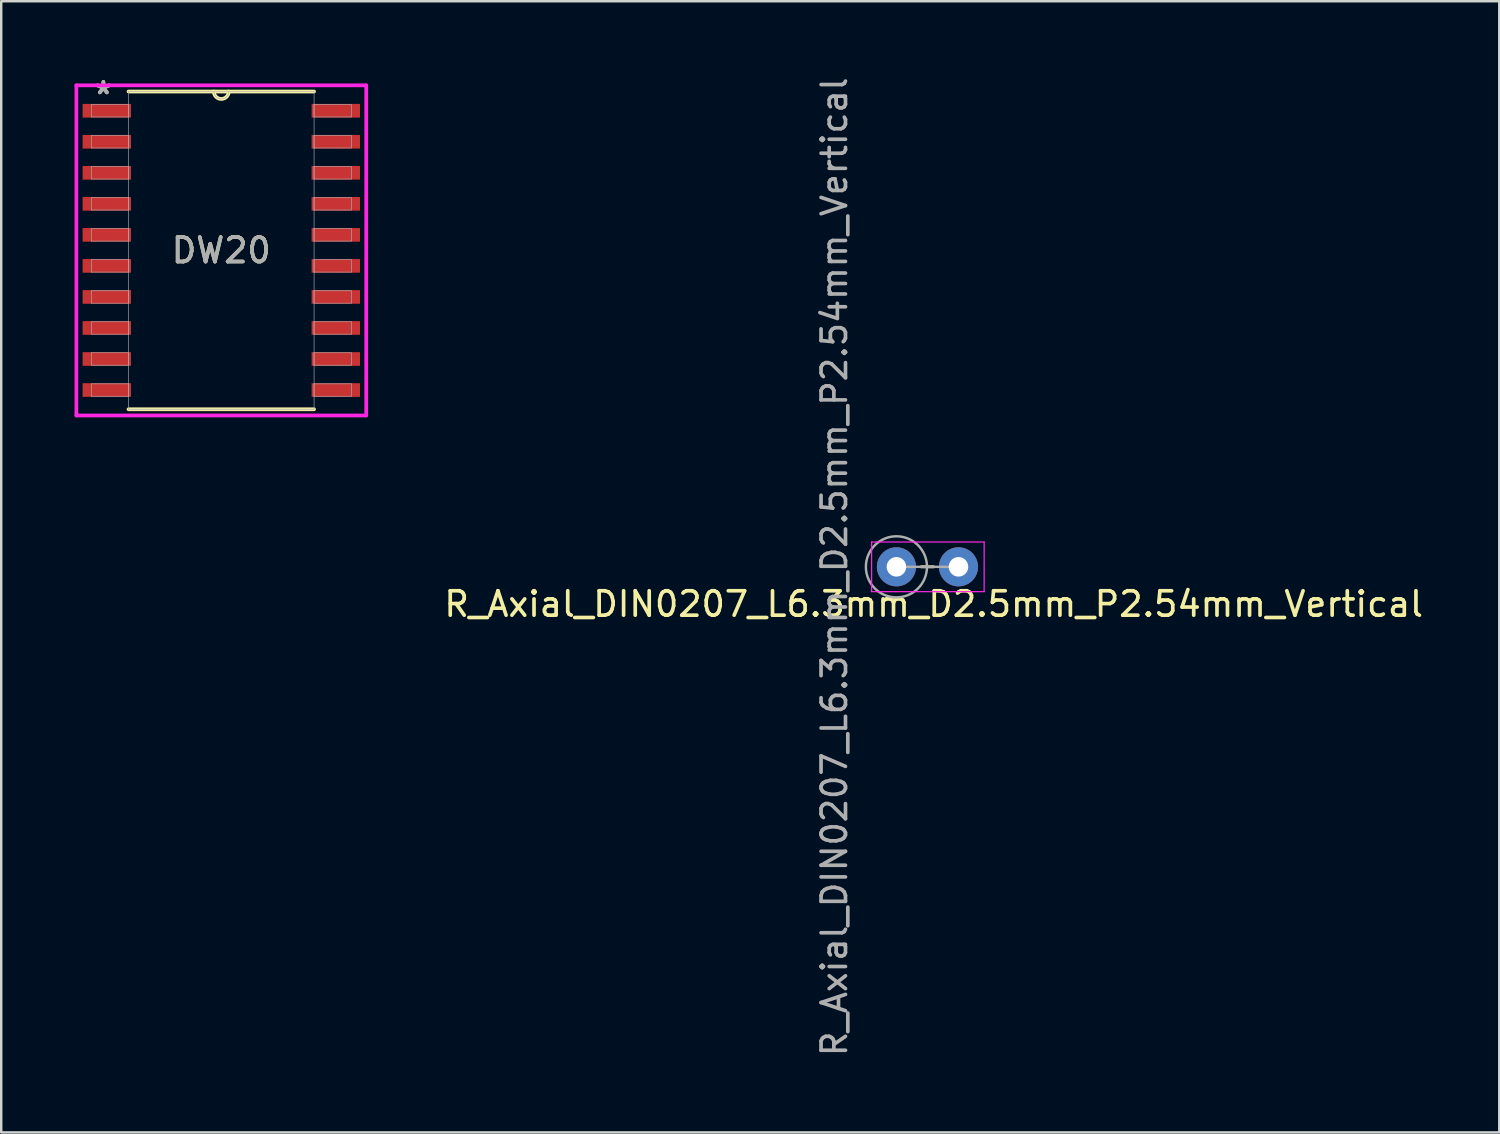
<source format=kicad_pcb>
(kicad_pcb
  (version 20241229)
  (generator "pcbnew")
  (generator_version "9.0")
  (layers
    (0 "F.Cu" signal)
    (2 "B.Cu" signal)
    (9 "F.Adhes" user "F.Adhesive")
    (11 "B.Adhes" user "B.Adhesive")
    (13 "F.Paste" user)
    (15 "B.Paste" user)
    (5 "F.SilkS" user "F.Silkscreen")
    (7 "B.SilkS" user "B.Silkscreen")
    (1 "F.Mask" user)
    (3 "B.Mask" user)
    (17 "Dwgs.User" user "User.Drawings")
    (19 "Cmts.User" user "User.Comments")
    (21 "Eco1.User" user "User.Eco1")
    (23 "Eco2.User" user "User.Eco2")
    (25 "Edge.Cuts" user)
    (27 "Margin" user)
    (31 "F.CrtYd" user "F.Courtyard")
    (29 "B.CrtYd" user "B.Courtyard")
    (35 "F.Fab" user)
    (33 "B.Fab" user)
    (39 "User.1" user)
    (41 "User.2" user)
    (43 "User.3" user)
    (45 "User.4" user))
  (footprint "R_Axial_DIN0207_L6.3mm_D2.5mm_P2.54mm_Vertical"
    (layer "F.Cu")
    (at 33.639 20.149)
    (property "Reference" "R_Axial_DIN0207_L6.3mm_D2.5mm_P2.54mm_Vertical" (at 1.524 1.524 180) (layer "F.SilkS") (effects (font (size 1 1) (thickness 0.15))))
    (attr through_hole)
    (fp_line (start 1.016 0) (end 1.524 0) (stroke (width 0.12) (type solid)) (layer "F.SilkS"))
    (fp_line (start -1.016 -1.016) (end -1.016 1.016) (stroke (width 0.05) (type solid)) (layer "F.CrtYd"))
    (fp_line (start -1.016 1.016) (end 3.59 1.016) (stroke (width 0.05) (type solid)) (layer "F.CrtYd"))
    (fp_line (start 3.59 -1.016) (end -1.016 -1.016) (stroke (width 0.05) (type solid)) (layer "F.CrtYd"))
    (fp_line (start 3.59 1.016) (end 3.59 -1.016) (stroke (width 0.05) (type solid)) (layer "F.CrtYd"))
    (fp_line (start 0 0) (end 2.54 0) (stroke (width 0.1) (type solid)) (layer "F.Fab"))
    (fp_circle (center 0 0) (end 1.25 0) (stroke (width 0.1) (type solid)) (fill no) (layer "F.Fab"))
    (fp_text user "${REFERENCE}" (at -2.54 0 90) (layer "F.Fab") (effects (font (size 1 1) (thickness 0.15))))
    (pad "1" thru_hole circle (at 0 0) (size 1.6 1.6) (drill 0.8) (layers "*.Cu" "*.Mask"))
    (pad "2" thru_hole oval (at 2.54 0) (size 1.6 1.6) (drill 0.8) (layers "*.Cu" "*.Mask")))
  (footprint "DW20"
    (layer "F.Cu")
    (at 6.007 7.198)
    (property "Reference" "DW20" (at 0 0 0) (unlocked yes) (layer "F.SilkS") (effects (font (size 1 1) (thickness 0.15))))
    (attr smd)
    (fp_line (start -3.797 6.502) (end 3.797 6.502) (stroke (width 0.152) (type solid)) (layer "F.SilkS"))
    (fp_line (start 3.797 -6.502) (end -3.797 -6.502) (stroke (width 0.152) (type solid)) (layer "F.SilkS"))
    (fp_arc (start 0.3048 -6.5024) (mid 0 -6.1976) (end -0.3048 -6.5024) (stroke (width 0.1524) (type solid)) (layer "F.SilkS"))
    (fp_line (start -5.931 -6.756) (end 5.931 -6.756) (stroke (width 0.152) (type solid)) (layer "F.CrtYd"))
    (fp_line (start -5.931 6.756) (end -5.931 -6.756) (stroke (width 0.152) (type solid)) (layer "F.CrtYd"))
    (fp_line (start 5.931 -6.756) (end 5.931 6.756) (stroke (width 0.152) (type solid)) (layer "F.CrtYd"))
    (fp_line (start 5.931 6.756) (end -5.931 6.756) (stroke (width 0.152) (type solid)) (layer "F.CrtYd"))
    (fp_line (start -5.321 -5.969) (end -5.321 -5.461) (stroke (width 0.025) (type solid)) (layer "F.Fab"))
    (fp_line (start -5.321 -5.461) (end -3.797 -5.461) (stroke (width 0.025) (type solid)) (layer "F.Fab"))
    (fp_line (start -5.321 -4.699) (end -5.321 -4.191) (stroke (width 0.025) (type solid)) (layer "F.Fab"))
    (fp_line (start -5.321 -4.191) (end -3.797 -4.191) (stroke (width 0.025) (type solid)) (layer "F.Fab"))
    (fp_line (start -5.321 -3.429) (end -5.321 -2.921) (stroke (width 0.025) (type solid)) (layer "F.Fab"))
    (fp_line (start -5.321 -2.921) (end -3.797 -2.921) (stroke (width 0.025) (type solid)) (layer "F.Fab"))
    (fp_line (start -5.321 -2.159) (end -5.321 -1.651) (stroke (width 0.025) (type solid)) (layer "F.Fab"))
    (fp_line (start -5.321 -1.651) (end -3.797 -1.651) (stroke (width 0.025) (type solid)) (layer "F.Fab"))
    (fp_line (start -5.321 -0.889) (end -5.321 -0.381) (stroke (width 0.025) (type solid)) (layer "F.Fab"))
    (fp_line (start -5.321 -0.381) (end -3.797 -0.381) (stroke (width 0.025) (type solid)) (layer "F.Fab"))
    (fp_line (start -5.321 0.381) (end -5.321 0.889) (stroke (width 0.025) (type solid)) (layer "F.Fab"))
    (fp_line (start -5.321 0.889) (end -3.797 0.889) (stroke (width 0.025) (type solid)) (layer "F.Fab"))
    (fp_line (start -5.321 1.651) (end -5.321 2.159) (stroke (width 0.025) (type solid)) (layer "F.Fab"))
    (fp_line (start -5.321 2.159) (end -3.797 2.159) (stroke (width 0.025) (type solid)) (layer "F.Fab"))
    (fp_line (start -5.321 2.921) (end -5.321 3.429) (stroke (width 0.025) (type solid)) (layer "F.Fab"))
    (fp_line (start -5.321 3.429) (end -3.797 3.429) (stroke (width 0.025) (type solid)) (layer "F.Fab"))
    (fp_line (start -5.321 4.191) (end -5.321 4.699) (stroke (width 0.025) (type solid)) (layer "F.Fab"))
    (fp_line (start -5.321 4.699) (end -3.797 4.699) (stroke (width 0.025) (type solid)) (layer "F.Fab"))
    (fp_line (start -5.321 5.461) (end -5.321 5.969) (stroke (width 0.025) (type solid)) (layer "F.Fab"))
    (fp_line (start -5.321 5.969) (end -3.797 5.969) (stroke (width 0.025) (type solid)) (layer "F.Fab"))
    (fp_line (start -3.797 -6.502) (end -3.797 6.502) (stroke (width 0.025) (type solid)) (layer "F.Fab"))
    (fp_line (start -3.797 -5.969) (end -5.321 -5.969) (stroke (width 0.025) (type solid)) (layer "F.Fab"))
    (fp_line (start -3.797 -5.461) (end -3.797 -5.969) (stroke (width 0.025) (type solid)) (layer "F.Fab"))
    (fp_line (start -3.797 -4.699) (end -5.321 -4.699) (stroke (width 0.025) (type solid)) (layer "F.Fab"))
    (fp_line (start -3.797 -4.191) (end -3.797 -4.699) (stroke (width 0.025) (type solid)) (layer "F.Fab"))
    (fp_line (start -3.797 -3.429) (end -5.321 -3.429) (stroke (width 0.025) (type solid)) (layer "F.Fab"))
    (fp_line (start -3.797 -2.921) (end -3.797 -3.429) (stroke (width 0.025) (type solid)) (layer "F.Fab"))
    (fp_line (start -3.797 -2.159) (end -5.321 -2.159) (stroke (width 0.025) (type solid)) (layer "F.Fab"))
    (fp_line (start -3.797 -1.651) (end -3.797 -2.159) (stroke (width 0.025) (type solid)) (layer "F.Fab"))
    (fp_line (start -3.797 -0.889) (end -5.321 -0.889) (stroke (width 0.025) (type solid)) (layer "F.Fab"))
    (fp_line (start -3.797 -0.381) (end -3.797 -0.889) (stroke (width 0.025) (type solid)) (layer "F.Fab"))
    (fp_line (start -3.797 0.381) (end -5.321 0.381) (stroke (width 0.025) (type solid)) (layer "F.Fab"))
    (fp_line (start -3.797 0.889) (end -3.797 0.381) (stroke (width 0.025) (type solid)) (layer "F.Fab"))
    (fp_line (start -3.797 1.651) (end -5.321 1.651) (stroke (width 0.025) (type solid)) (layer "F.Fab"))
    (fp_line (start -3.797 2.159) (end -3.797 1.651) (stroke (width 0.025) (type solid)) (layer "F.Fab"))
    (fp_line (start -3.797 2.921) (end -5.321 2.921) (stroke (width 0.025) (type solid)) (layer "F.Fab"))
    (fp_line (start -3.797 3.429) (end -3.797 2.921) (stroke (width 0.025) (type solid)) (layer "F.Fab"))
    (fp_line (start -3.797 4.191) (end -5.321 4.191) (stroke (width 0.025) (type solid)) (layer "F.Fab"))
    (fp_line (start -3.797 4.699) (end -3.797 4.191) (stroke (width 0.025) (type solid)) (layer "F.Fab"))
    (fp_line (start -3.797 5.461) (end -5.321 5.461) (stroke (width 0.025) (type solid)) (layer "F.Fab"))
    (fp_line (start -3.797 5.969) (end -3.797 5.461) (stroke (width 0.025) (type solid)) (layer "F.Fab"))
    (fp_line (start -3.797 6.502) (end 3.797 6.502) (stroke (width 0.025) (type solid)) (layer "F.Fab"))
    (fp_line (start 3.797 -6.502) (end -3.797 -6.502) (stroke (width 0.025) (type solid)) (layer "F.Fab"))
    (fp_line (start 3.797 -5.969) (end 3.797 -5.461) (stroke (width 0.025) (type solid)) (layer "F.Fab"))
    (fp_line (start 3.797 -5.461) (end 5.321 -5.461) (stroke (width 0.025) (type solid)) (layer "F.Fab"))
    (fp_line (start 3.797 -4.699) (end 3.797 -4.191) (stroke (width 0.025) (type solid)) (layer "F.Fab"))
    (fp_line (start 3.797 -4.191) (end 5.321 -4.191) (stroke (width 0.025) (type solid)) (layer "F.Fab"))
    (fp_line (start 3.797 -3.429) (end 3.797 -2.921) (stroke (width 0.025) (type solid)) (layer "F.Fab"))
    (fp_line (start 3.797 -2.921) (end 5.321 -2.921) (stroke (width 0.025) (type solid)) (layer "F.Fab"))
    (fp_line (start 3.797 -2.159) (end 3.797 -1.651) (stroke (width 0.025) (type solid)) (layer "F.Fab"))
    (fp_line (start 3.797 -1.651) (end 5.321 -1.651) (stroke (width 0.025) (type solid)) (layer "F.Fab"))
    (fp_line (start 3.797 -0.889) (end 3.797 -0.381) (stroke (width 0.025) (type solid)) (layer "F.Fab"))
    (fp_line (start 3.797 -0.381) (end 5.321 -0.381) (stroke (width 0.025) (type solid)) (layer "F.Fab"))
    (fp_line (start 3.797 0.381) (end 3.797 0.889) (stroke (width 0.025) (type solid)) (layer "F.Fab"))
    (fp_line (start 3.797 0.889) (end 5.321 0.889) (stroke (width 0.025) (type solid)) (layer "F.Fab"))
    (fp_line (start 3.797 1.651) (end 3.797 2.159) (stroke (width 0.025) (type solid)) (layer "F.Fab"))
    (fp_line (start 3.797 2.159) (end 5.321 2.159) (stroke (width 0.025) (type solid)) (layer "F.Fab"))
    (fp_line (start 3.797 2.921) (end 3.797 3.429) (stroke (width 0.025) (type solid)) (layer "F.Fab"))
    (fp_line (start 3.797 3.429) (end 5.321 3.429) (stroke (width 0.025) (type solid)) (layer "F.Fab"))
    (fp_line (start 3.797 4.191) (end 3.797 4.699) (stroke (width 0.025) (type solid)) (layer "F.Fab"))
    (fp_line (start 3.797 4.699) (end 5.321 4.699) (stroke (width 0.025) (type solid)) (layer "F.Fab"))
    (fp_line (start 3.797 5.461) (end 3.797 5.969) (stroke (width 0.025) (type solid)) (layer "F.Fab"))
    (fp_line (start 3.797 5.969) (end 5.321 5.969) (stroke (width 0.025) (type solid)) (layer "F.Fab"))
    (fp_line (start 3.797 6.502) (end 3.797 -6.502) (stroke (width 0.025) (type solid)) (layer "F.Fab"))
    (fp_line (start 5.321 -5.969) (end 3.797 -5.969) (stroke (width 0.025) (type solid)) (layer "F.Fab"))
    (fp_line (start 5.321 -5.461) (end 5.321 -5.969) (stroke (width 0.025) (type solid)) (layer "F.Fab"))
    (fp_line (start 5.321 -4.699) (end 3.797 -4.699) (stroke (width 0.025) (type solid)) (layer "F.Fab"))
    (fp_line (start 5.321 -4.191) (end 5.321 -4.699) (stroke (width 0.025) (type solid)) (layer "F.Fab"))
    (fp_line (start 5.321 -3.429) (end 3.797 -3.429) (stroke (width 0.025) (type solid)) (layer "F.Fab"))
    (fp_line (start 5.321 -2.921) (end 5.321 -3.429) (stroke (width 0.025) (type solid)) (layer "F.Fab"))
    (fp_line (start 5.321 -2.159) (end 3.797 -2.159) (stroke (width 0.025) (type solid)) (layer "F.Fab"))
    (fp_line (start 5.321 -1.651) (end 5.321 -2.159) (stroke (width 0.025) (type solid)) (layer "F.Fab"))
    (fp_line (start 5.321 -0.889) (end 3.797 -0.889) (stroke (width 0.025) (type solid)) (layer "F.Fab"))
    (fp_line (start 5.321 -0.381) (end 5.321 -0.889) (stroke (width 0.025) (type solid)) (layer "F.Fab"))
    (fp_line (start 5.321 0.381) (end 3.797 0.381) (stroke (width 0.025) (type solid)) (layer "F.Fab"))
    (fp_line (start 5.321 0.889) (end 5.321 0.381) (stroke (width 0.025) (type solid)) (layer "F.Fab"))
    (fp_line (start 5.321 1.651) (end 3.797 1.651) (stroke (width 0.025) (type solid)) (layer "F.Fab"))
    (fp_line (start 5.321 2.159) (end 5.321 1.651) (stroke (width 0.025) (type solid)) (layer "F.Fab"))
    (fp_line (start 5.321 2.921) (end 3.797 2.921) (stroke (width 0.025) (type solid)) (layer "F.Fab"))
    (fp_line (start 5.321 3.429) (end 5.321 2.921) (stroke (width 0.025) (type solid)) (layer "F.Fab"))
    (fp_line (start 5.321 4.191) (end 3.797 4.191) (stroke (width 0.025) (type solid)) (layer "F.Fab"))
    (fp_line (start 5.321 4.699) (end 5.321 4.191) (stroke (width 0.025) (type solid)) (layer "F.Fab"))
    (fp_line (start 5.321 5.461) (end 3.797 5.461) (stroke (width 0.025) (type solid)) (layer "F.Fab"))
    (fp_line (start 5.321 5.969) (end 5.321 5.461) (stroke (width 0.025) (type solid)) (layer "F.Fab"))
    (fp_arc (start 0.3048 -6.5024) (mid 0 -6.1976) (end -0.3048 -6.5024) (stroke (width 0.0254) (type solid)) (layer "F.Fab"))
    (fp_text user "*" (at -4.826 -6.35 0) (layer "F.SilkS") (effects (font (size 1 1) (thickness 0.15))))
    (fp_text user "${REFERENCE}" (at 0 0 0) (unlocked yes) (layer "F.Fab") (effects (font (size 1 1) (thickness 0.15))))
    (fp_text user "*" (at -4.826 -6.35 0) (unlocked yes) (layer "F.Fab") (effects (font (size 1 1) (thickness 0.15))))
    (pad "1" smd rect (at -4.686 -5.715) (size 1.981 0.559) (layers "F.Cu" "F.Mask" "F.Paste"))
    (pad "2" smd rect (at -4.686 -4.445) (size 1.981 0.559) (layers "F.Cu" "F.Mask" "F.Paste"))
    (pad "3" smd rect (at -4.686 -3.175) (size 1.981 0.559) (layers "F.Cu" "F.Mask" "F.Paste"))
    (pad "4" smd rect (at -4.686 -1.905) (size 1.981 0.559) (layers "F.Cu" "F.Mask" "F.Paste"))
    (pad "5" smd rect (at -4.686 -0.635) (size 1.981 0.559) (layers "F.Cu" "F.Mask" "F.Paste"))
    (pad "6" smd rect (at -4.686 0.635) (size 1.981 0.559) (layers "F.Cu" "F.Mask" "F.Paste"))
    (pad "7" smd rect (at -4.686 1.905) (size 1.981 0.559) (layers "F.Cu" "F.Mask" "F.Paste"))
    (pad "8" smd rect (at -4.686 3.175) (size 1.981 0.559) (layers "F.Cu" "F.Mask" "F.Paste"))
    (pad "9" smd rect (at -4.686 4.445) (size 1.981 0.559) (layers "F.Cu" "F.Mask" "F.Paste"))
    (pad "10" smd rect (at -4.686 5.715) (size 1.981 0.559) (layers "F.Cu" "F.Mask" "F.Paste"))
    (pad "11" smd rect (at 4.686 5.715) (size 1.981 0.559) (layers "F.Cu" "F.Mask" "F.Paste"))
    (pad "12" smd rect (at 4.686 4.445) (size 1.981 0.559) (layers "F.Cu" "F.Mask" "F.Paste"))
    (pad "13" smd rect (at 4.686 3.175) (size 1.981 0.559) (layers "F.Cu" "F.Mask" "F.Paste"))
    (pad "14" smd rect (at 4.686 1.905) (size 1.981 0.559) (layers "F.Cu" "F.Mask" "F.Paste"))
    (pad "15" smd rect (at 4.686 0.635) (size 1.981 0.559) (layers "F.Cu" "F.Mask" "F.Paste"))
    (pad "16" smd rect (at 4.686 -0.635) (size 1.981 0.559) (layers "F.Cu" "F.Mask" "F.Paste"))
    (pad "17" smd rect (at 4.686 -1.905) (size 1.981 0.559) (layers "F.Cu" "F.Mask" "F.Paste"))
    (pad "18" smd rect (at 4.686 -3.175) (size 1.981 0.559) (layers "F.Cu" "F.Mask" "F.Paste"))
    (pad "19" smd rect (at 4.686 -4.445) (size 1.981 0.559) (layers "F.Cu" "F.Mask" "F.Paste"))
    (pad "20" smd rect (at 4.686 -5.715) (size 1.981 0.559) (layers "F.Cu" "F.Mask" "F.Paste")))
  (gr_rect
    (start -3 -3)
    (end 58.312 43.298)
    (stroke (width 0.1) (type default))
    (fill no)
    (layer "Edge.Cuts")))
</source>
